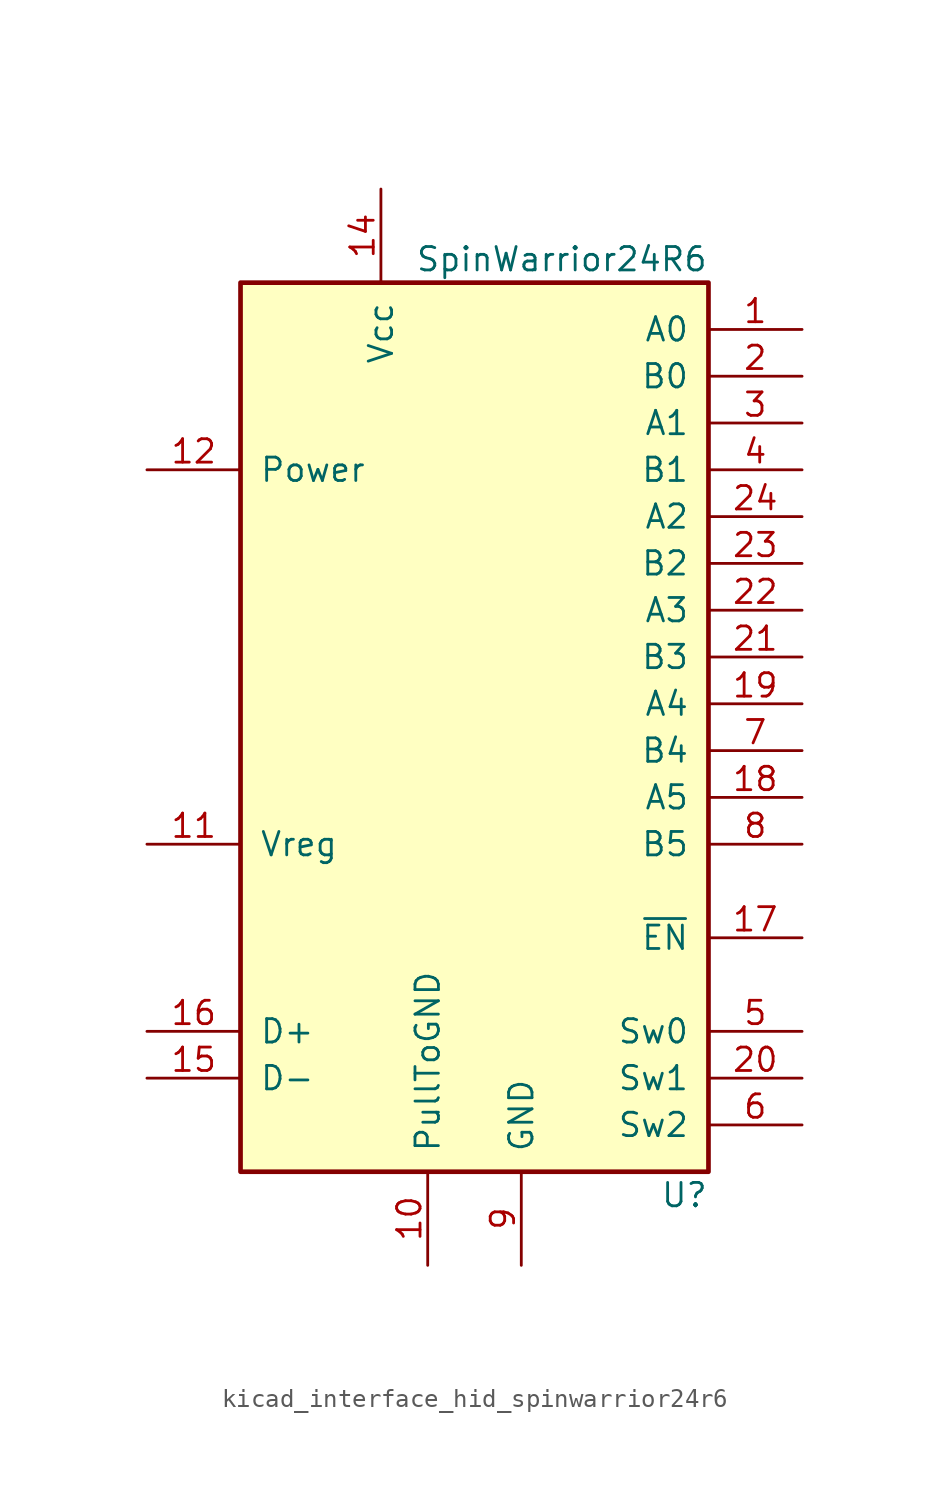
<source format=kicad_sym>
(kicad_symbol_lib
  (version 20220914)
  (generator kicad_symbol_editor)
  (symbol "kicad_interface_hid_spinwarrior24r6"
    (pin_names
      (offset 1.016))
    (property "Reference" "U"
      (at 12.7 -24.13 0)
      (effects (font (size 1.27 1.27)) (justify right)))
    (property "Value" "SpinWarrior24R6"
      (at 12.7 26.67 0)
      (effects (font (size 1.27 1.27)) (justify right)))
    (symbol "kicad_interface_hid_spinwarrior24r6_1_1"
      (rectangle (start -12.7 25.4) (end 12.7 -22.86) (stroke (width 0.254) (type default)) (fill (type background)))
      (pin input line (at 17.78 22.86 180) (length 5.08) (name "A0" (effects (font (size 1.27 1.27)))) (number "1" (effects (font (size 1.27 1.27)))))
      (pin input line (at -2.54 -27.94 90) (length 5.08) (name "PullToGND" (effects (font (size 1.27 1.27)))) (number "10" (effects (font (size 1.27 1.27)))))
      (pin power_out line (at -17.78 -5.08 0) (length 5.08) (name "Vreg" (effects (font (size 1.27 1.27)))) (number "11" (effects (font (size 1.27 1.27)))))
      (pin input line (at -17.78 15.24 0) (length 5.08) (name "Power" (effects (font (size 1.27 1.27)))) (number "12" (effects (font (size 1.27 1.27)))))
      (pin no_connect line (at -12.7 22.86 0) (length 5.08) hide (name "NC" (effects (font (size 1.27 1.27)))) (number "13" (effects (font (size 1.27 1.27)))))
      (pin power_in line (at -5.08 30.48 270) (length 5.08) (name "Vcc" (effects (font (size 1.27 1.27)))) (number "14" (effects (font (size 1.27 1.27)))))
      (pin bidirectional line (at -17.78 -17.78 0) (length 5.08) (name "D-" (effects (font (size 1.27 1.27)))) (number "15" (effects (font (size 1.27 1.27)))))
      (pin bidirectional line (at -17.78 -15.24 0) (length 5.08) (name "D+" (effects (font (size 1.27 1.27)))) (number "16" (effects (font (size 1.27 1.27)))))
      (pin open_collector line (at 17.78 -10.16 180) (length 5.08) (name "~{EN}" (effects (font (size 1.27 1.27)))) (number "17" (effects (font (size 1.27 1.27)))))
      (pin input line (at 17.78 -2.54 180) (length 5.08) (name "A5" (effects (font (size 1.27 1.27)))) (number "18" (effects (font (size 1.27 1.27)))))
      (pin input line (at 17.78 2.54 180) (length 5.08) (name "A4" (effects (font (size 1.27 1.27)))) (number "19" (effects (font (size 1.27 1.27)))))
      (pin input line (at 17.78 20.32 180) (length 5.08) (name "B0" (effects (font (size 1.27 1.27)))) (number "2" (effects (font (size 1.27 1.27)))))
      (pin input line (at 17.78 -17.78 180) (length 5.08) (name "Sw1" (effects (font (size 1.27 1.27)))) (number "20" (effects (font (size 1.27 1.27)))))
      (pin input line (at 17.78 5.08 180) (length 5.08) (name "B3" (effects (font (size 1.27 1.27)))) (number "21" (effects (font (size 1.27 1.27)))))
      (pin input line (at 17.78 7.62 180) (length 5.08) (name "A3" (effects (font (size 1.27 1.27)))) (number "22" (effects (font (size 1.27 1.27)))))
      (pin input line (at 17.78 10.16 180) (length 5.08) (name "B2" (effects (font (size 1.27 1.27)))) (number "23" (effects (font (size 1.27 1.27)))))
      (pin input line (at 17.78 12.7 180) (length 5.08) (name "A2" (effects (font (size 1.27 1.27)))) (number "24" (effects (font (size 1.27 1.27)))))
      (pin input line (at 17.78 17.78 180) (length 5.08) (name "A1" (effects (font (size 1.27 1.27)))) (number "3" (effects (font (size 1.27 1.27)))))
      (pin input line (at 17.78 15.24 180) (length 5.08) (name "B1" (effects (font (size 1.27 1.27)))) (number "4" (effects (font (size 1.27 1.27)))))
      (pin input line (at 17.78 -15.24 180) (length 5.08) (name "Sw0" (effects (font (size 1.27 1.27)))) (number "5" (effects (font (size 1.27 1.27)))))
      (pin input line (at 17.78 -20.32 180) (length 5.08) (name "Sw2" (effects (font (size 1.27 1.27)))) (number "6" (effects (font (size 1.27 1.27)))))
      (pin input line (at 17.78 0 180) (length 5.08) (name "B4" (effects (font (size 1.27 1.27)))) (number "7" (effects (font (size 1.27 1.27)))))
      (pin input line (at 17.78 -5.08 180) (length 5.08) (name "B5" (effects (font (size 1.27 1.27)))) (number "8" (effects (font (size 1.27 1.27)))))
      (pin power_in line (at 2.54 -27.94 90) (length 5.08) (name "GND" (effects (font (size 1.27 1.27)))) (number "9" (effects (font (size 1.27 1.27))))))))
</source>
